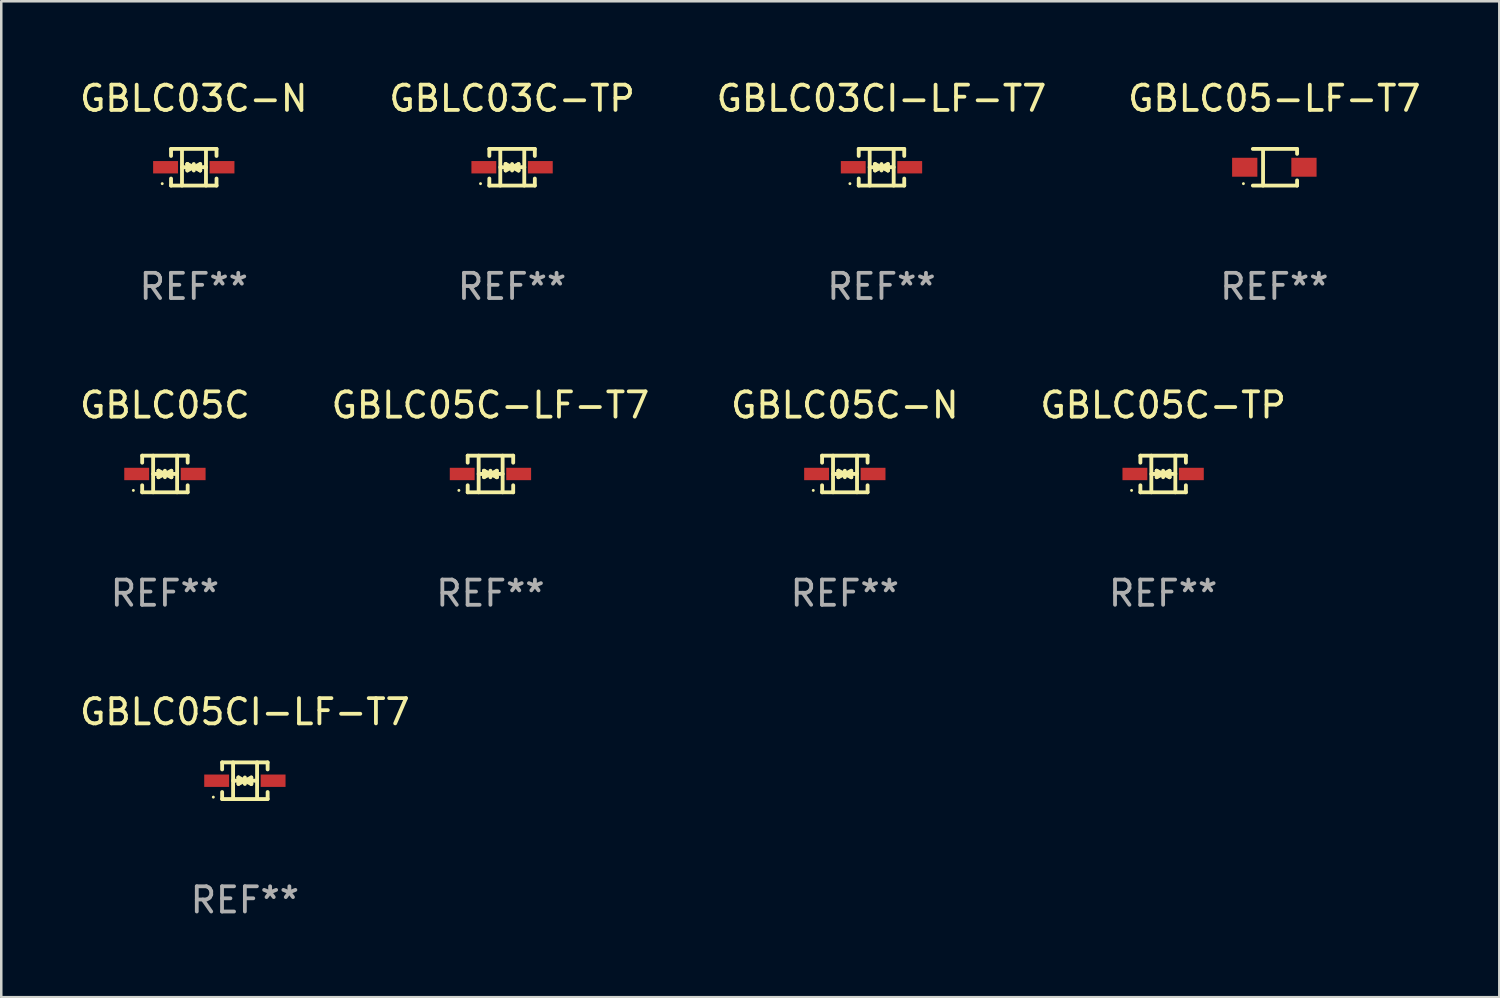
<source format=kicad_pcb>
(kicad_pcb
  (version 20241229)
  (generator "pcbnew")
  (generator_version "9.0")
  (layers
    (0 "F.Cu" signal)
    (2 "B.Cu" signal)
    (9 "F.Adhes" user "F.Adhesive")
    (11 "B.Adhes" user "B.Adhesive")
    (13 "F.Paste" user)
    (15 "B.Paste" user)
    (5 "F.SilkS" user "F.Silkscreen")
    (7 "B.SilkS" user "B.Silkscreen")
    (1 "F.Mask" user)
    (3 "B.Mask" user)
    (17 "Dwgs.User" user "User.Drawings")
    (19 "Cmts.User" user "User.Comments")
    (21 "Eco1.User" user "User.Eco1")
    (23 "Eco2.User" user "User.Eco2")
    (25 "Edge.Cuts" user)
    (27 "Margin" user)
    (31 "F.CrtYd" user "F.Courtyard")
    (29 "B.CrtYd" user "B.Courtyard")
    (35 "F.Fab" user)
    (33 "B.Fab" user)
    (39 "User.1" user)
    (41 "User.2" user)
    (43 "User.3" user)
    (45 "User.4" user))
  (footprint "GBLC05C"
    (layer "F.Cu")
    (at 3.482 15.723)
    (property "Reference" "GBLC05C" (at 0 -2.726 0) (layer "F.SilkS") (effects (font (size 1 1) (thickness 0.15))))
    (attr through_hole)
    (fp_line (start -0.901 -0.726) (end -0.901 -0.448) (stroke (width 0.152) (type solid)) (layer "F.SilkS"))
    (fp_line (start -0.901 0.726) (end -0.901 0.448) (stroke (width 0.152) (type solid)) (layer "F.SilkS"))
    (fp_line (start -0.467 0) (end 0.483 -0.003) (stroke (width 0.154) (type solid)) (layer "F.SilkS"))
    (fp_line (start -0.467 0.726) (end -0.467 -0.726) (stroke (width 0.152) (type solid)) (layer "F.SilkS"))
    (fp_line (start -0.254 -0.127) (end -0.254 -0.127) (stroke (width 0.154) (type solid)) (layer "F.SilkS"))
    (fp_line (start -0.254 -0.127) (end -0.002 -0.003) (stroke (width 0.154) (type solid)) (layer "F.SilkS"))
    (fp_line (start -0.254 0.127) (end -0.254 -0.127) (stroke (width 0.154) (type solid)) (layer "F.SilkS"))
    (fp_line (start -0.127 0) (end 0.003 0) (stroke (width 0.154) (type solid)) (layer "F.SilkS"))
    (fp_line (start -0.003 0) (end -0.254 0.127) (stroke (width 0.154) (type solid)) (layer "F.SilkS"))
    (fp_line (start 0 -0.127) (end 0 0.127) (stroke (width 0.154) (type solid)) (layer "F.SilkS"))
    (fp_line (start 0.003 0) (end 0.254 -0.127) (stroke (width 0.154) (type solid)) (layer "F.SilkS"))
    (fp_line (start 0.127 0) (end -0.003 0) (stroke (width 0.154) (type solid)) (layer "F.SilkS"))
    (fp_line (start 0.254 -0.127) (end 0.254 0.127) (stroke (width 0.154) (type solid)) (layer "F.SilkS"))
    (fp_line (start 0.254 0.127) (end 0.002 0.003) (stroke (width 0.154) (type solid)) (layer "F.SilkS"))
    (fp_line (start 0.254 0.127) (end 0.254 0.127) (stroke (width 0.154) (type solid)) (layer "F.SilkS"))
    (fp_line (start 0.483 0.726) (end 0.483 -0.726) (stroke (width 0.152) (type solid)) (layer "F.SilkS"))
    (fp_line (start 0.901 -0.726) (end -0.901 -0.726) (stroke (width 0.152) (type solid)) (layer "F.SilkS"))
    (fp_line (start 0.901 -0.726) (end 0.901 -0.448) (stroke (width 0.152) (type solid)) (layer "F.SilkS"))
    (fp_line (start 0.901 0.726) (end -0.901 0.726) (stroke (width 0.152) (type solid)) (layer "F.SilkS"))
    (fp_line (start 0.901 0.726) (end 0.901 0.448) (stroke (width 0.152) (type solid)) (layer "F.SilkS"))
    (fp_circle (center -1.25 0.65) (end -1.22 0.65) (stroke (width 0.06) (type solid)) (fill no) (layer "F.SilkS"))
    (fp_text user "REF**" (at 0 4.726 0) (layer "F.Fab") (effects (font (size 1 1) (thickness 0.15))))
    (pad "1" smd rect (at -1.118 0) (size 0.985 0.49) (layers "F.Cu" "F.Mask" "F.Paste"))
    (pad "2" smd rect (at 1.118 0) (size 0.985 0.49) (layers "F.Cu" "F.Mask" "F.Paste")))
  (footprint "GBLC05CI-LF-T7"
    (layer "F.Cu")
    (at 6.649 27.872)
    (property "Reference" "GBLC05CI-LF-T7" (at 0 -2.726 0) (layer "F.SilkS") (effects (font (size 1 1) (thickness 0.15))))
    (attr through_hole)
    (fp_line (start -0.901 -0.726) (end -0.901 -0.448) (stroke (width 0.152) (type solid)) (layer "F.SilkS"))
    (fp_line (start -0.901 0.726) (end -0.901 0.448) (stroke (width 0.152) (type solid)) (layer "F.SilkS"))
    (fp_line (start -0.467 0) (end 0.483 -0.003) (stroke (width 0.154) (type solid)) (layer "F.SilkS"))
    (fp_line (start -0.467 0.726) (end -0.467 -0.726) (stroke (width 0.152) (type solid)) (layer "F.SilkS"))
    (fp_line (start -0.254 -0.127) (end -0.254 -0.127) (stroke (width 0.154) (type solid)) (layer "F.SilkS"))
    (fp_line (start -0.254 -0.127) (end -0.002 -0.003) (stroke (width 0.154) (type solid)) (layer "F.SilkS"))
    (fp_line (start -0.254 0.127) (end -0.254 -0.127) (stroke (width 0.154) (type solid)) (layer "F.SilkS"))
    (fp_line (start -0.127 0) (end 0.003 0) (stroke (width 0.154) (type solid)) (layer "F.SilkS"))
    (fp_line (start -0.003 0) (end -0.254 0.127) (stroke (width 0.154) (type solid)) (layer "F.SilkS"))
    (fp_line (start 0 -0.127) (end 0 0.127) (stroke (width 0.154) (type solid)) (layer "F.SilkS"))
    (fp_line (start 0.003 0) (end 0.254 -0.127) (stroke (width 0.154) (type solid)) (layer "F.SilkS"))
    (fp_line (start 0.127 0) (end -0.003 0) (stroke (width 0.154) (type solid)) (layer "F.SilkS"))
    (fp_line (start 0.254 -0.127) (end 0.254 0.127) (stroke (width 0.154) (type solid)) (layer "F.SilkS"))
    (fp_line (start 0.254 0.127) (end 0.002 0.003) (stroke (width 0.154) (type solid)) (layer "F.SilkS"))
    (fp_line (start 0.254 0.127) (end 0.254 0.127) (stroke (width 0.154) (type solid)) (layer "F.SilkS"))
    (fp_line (start 0.483 0.726) (end 0.483 -0.726) (stroke (width 0.152) (type solid)) (layer "F.SilkS"))
    (fp_line (start 0.901 -0.726) (end -0.901 -0.726) (stroke (width 0.152) (type solid)) (layer "F.SilkS"))
    (fp_line (start 0.901 -0.726) (end 0.901 -0.448) (stroke (width 0.152) (type solid)) (layer "F.SilkS"))
    (fp_line (start 0.901 0.726) (end -0.901 0.726) (stroke (width 0.152) (type solid)) (layer "F.SilkS"))
    (fp_line (start 0.901 0.726) (end 0.901 0.448) (stroke (width 0.152) (type solid)) (layer "F.SilkS"))
    (fp_circle (center -1.25 0.65) (end -1.22 0.65) (stroke (width 0.06) (type solid)) (fill no) (layer "F.SilkS"))
    (fp_text user "REF**" (at 0 4.726 0) (layer "F.Fab") (effects (font (size 1 1) (thickness 0.15))))
    (pad "1" smd rect (at -1.118 0) (size 0.985 0.49) (layers "F.Cu" "F.Mask" "F.Paste"))
    (pad "2" smd rect (at 1.118 0) (size 0.985 0.49) (layers "F.Cu" "F.Mask" "F.Paste")))
  (footprint "GBLC03CI-LF-T7"
    (layer "F.Cu")
    (at 31.863 3.574)
    (property "Reference" "GBLC03CI-LF-T7" (at 0 -2.726 0) (layer "F.SilkS") (effects (font (size 1 1) (thickness 0.15))))
    (attr through_hole)
    (fp_line (start -0.901 -0.726) (end -0.901 -0.448) (stroke (width 0.152) (type solid)) (layer "F.SilkS"))
    (fp_line (start -0.901 0.726) (end -0.901 0.448) (stroke (width 0.152) (type solid)) (layer "F.SilkS"))
    (fp_line (start -0.467 0) (end 0.483 -0.003) (stroke (width 0.154) (type solid)) (layer "F.SilkS"))
    (fp_line (start -0.467 0.726) (end -0.467 -0.726) (stroke (width 0.152) (type solid)) (layer "F.SilkS"))
    (fp_line (start -0.254 -0.127) (end -0.254 -0.127) (stroke (width 0.154) (type solid)) (layer "F.SilkS"))
    (fp_line (start -0.254 -0.127) (end -0.002 -0.003) (stroke (width 0.154) (type solid)) (layer "F.SilkS"))
    (fp_line (start -0.254 0.127) (end -0.254 -0.127) (stroke (width 0.154) (type solid)) (layer "F.SilkS"))
    (fp_line (start -0.127 0) (end 0.003 0) (stroke (width 0.154) (type solid)) (layer "F.SilkS"))
    (fp_line (start -0.003 0) (end -0.254 0.127) (stroke (width 0.154) (type solid)) (layer "F.SilkS"))
    (fp_line (start 0 -0.127) (end 0 0.127) (stroke (width 0.154) (type solid)) (layer "F.SilkS"))
    (fp_line (start 0.003 0) (end 0.254 -0.127) (stroke (width 0.154) (type solid)) (layer "F.SilkS"))
    (fp_line (start 0.127 0) (end -0.003 0) (stroke (width 0.154) (type solid)) (layer "F.SilkS"))
    (fp_line (start 0.254 -0.127) (end 0.254 0.127) (stroke (width 0.154) (type solid)) (layer "F.SilkS"))
    (fp_line (start 0.254 0.127) (end 0.002 0.003) (stroke (width 0.154) (type solid)) (layer "F.SilkS"))
    (fp_line (start 0.254 0.127) (end 0.254 0.127) (stroke (width 0.154) (type solid)) (layer "F.SilkS"))
    (fp_line (start 0.483 0.726) (end 0.483 -0.726) (stroke (width 0.152) (type solid)) (layer "F.SilkS"))
    (fp_line (start 0.901 -0.726) (end -0.901 -0.726) (stroke (width 0.152) (type solid)) (layer "F.SilkS"))
    (fp_line (start 0.901 -0.726) (end 0.901 -0.448) (stroke (width 0.152) (type solid)) (layer "F.SilkS"))
    (fp_line (start 0.901 0.726) (end -0.901 0.726) (stroke (width 0.152) (type solid)) (layer "F.SilkS"))
    (fp_line (start 0.901 0.726) (end 0.901 0.448) (stroke (width 0.152) (type solid)) (layer "F.SilkS"))
    (fp_circle (center -1.25 0.65) (end -1.22 0.65) (stroke (width 0.06) (type solid)) (fill no) (layer "F.SilkS"))
    (fp_text user "REF**" (at 0 4.726 0) (layer "F.Fab") (effects (font (size 1 1) (thickness 0.15))))
    (pad "1" smd rect (at -1.118 0) (size 0.985 0.49) (layers "F.Cu" "F.Mask" "F.Paste"))
    (pad "2" smd rect (at 1.118 0) (size 0.985 0.49) (layers "F.Cu" "F.Mask" "F.Paste")))
  (footprint "GBLC05C-TP"
    (layer "F.Cu")
    (at 43.018 15.723)
    (property "Reference" "GBLC05C-TP" (at 0 -2.726 0) (layer "F.SilkS") (effects (font (size 1 1) (thickness 0.15))))
    (attr through_hole)
    (fp_line (start -0.901 -0.726) (end -0.901 -0.448) (stroke (width 0.152) (type solid)) (layer "F.SilkS"))
    (fp_line (start -0.901 0.726) (end -0.901 0.448) (stroke (width 0.152) (type solid)) (layer "F.SilkS"))
    (fp_line (start -0.467 0) (end 0.483 -0.003) (stroke (width 0.154) (type solid)) (layer "F.SilkS"))
    (fp_line (start -0.467 0.726) (end -0.467 -0.726) (stroke (width 0.152) (type solid)) (layer "F.SilkS"))
    (fp_line (start -0.254 -0.127) (end -0.254 -0.127) (stroke (width 0.154) (type solid)) (layer "F.SilkS"))
    (fp_line (start -0.254 -0.127) (end -0.002 -0.003) (stroke (width 0.154) (type solid)) (layer "F.SilkS"))
    (fp_line (start -0.254 0.127) (end -0.254 -0.127) (stroke (width 0.154) (type solid)) (layer "F.SilkS"))
    (fp_line (start -0.127 0) (end 0.003 0) (stroke (width 0.154) (type solid)) (layer "F.SilkS"))
    (fp_line (start -0.003 0) (end -0.254 0.127) (stroke (width 0.154) (type solid)) (layer "F.SilkS"))
    (fp_line (start 0 -0.127) (end 0 0.127) (stroke (width 0.154) (type solid)) (layer "F.SilkS"))
    (fp_line (start 0.003 0) (end 0.254 -0.127) (stroke (width 0.154) (type solid)) (layer "F.SilkS"))
    (fp_line (start 0.127 0) (end -0.003 0) (stroke (width 0.154) (type solid)) (layer "F.SilkS"))
    (fp_line (start 0.254 -0.127) (end 0.254 0.127) (stroke (width 0.154) (type solid)) (layer "F.SilkS"))
    (fp_line (start 0.254 0.127) (end 0.002 0.003) (stroke (width 0.154) (type solid)) (layer "F.SilkS"))
    (fp_line (start 0.254 0.127) (end 0.254 0.127) (stroke (width 0.154) (type solid)) (layer "F.SilkS"))
    (fp_line (start 0.483 0.726) (end 0.483 -0.726) (stroke (width 0.152) (type solid)) (layer "F.SilkS"))
    (fp_line (start 0.901 -0.726) (end -0.901 -0.726) (stroke (width 0.152) (type solid)) (layer "F.SilkS"))
    (fp_line (start 0.901 -0.726) (end 0.901 -0.448) (stroke (width 0.152) (type solid)) (layer "F.SilkS"))
    (fp_line (start 0.901 0.726) (end -0.901 0.726) (stroke (width 0.152) (type solid)) (layer "F.SilkS"))
    (fp_line (start 0.901 0.726) (end 0.901 0.448) (stroke (width 0.152) (type solid)) (layer "F.SilkS"))
    (fp_circle (center -1.25 0.65) (end -1.22 0.65) (stroke (width 0.06) (type solid)) (fill no) (layer "F.SilkS"))
    (fp_text user "REF**" (at 0 4.726 0) (layer "F.Fab") (effects (font (size 1 1) (thickness 0.15))))
    (pad "1" smd rect (at -1.118 0) (size 0.985 0.49) (layers "F.Cu" "F.Mask" "F.Paste"))
    (pad "2" smd rect (at 1.118 0) (size 0.985 0.49) (layers "F.Cu" "F.Mask" "F.Paste")))
  (footprint "GBLC03C-TP"
    (layer "F.Cu")
    (at 17.232 3.574)
    (property "Reference" "GBLC03C-TP" (at 0 -2.726 0) (layer "F.SilkS") (effects (font (size 1 1) (thickness 0.15))))
    (attr through_hole)
    (fp_line (start -0.901 -0.726) (end -0.901 -0.448) (stroke (width 0.152) (type solid)) (layer "F.SilkS"))
    (fp_line (start -0.901 0.726) (end -0.901 0.448) (stroke (width 0.152) (type solid)) (layer "F.SilkS"))
    (fp_line (start -0.467 0) (end 0.483 -0.003) (stroke (width 0.154) (type solid)) (layer "F.SilkS"))
    (fp_line (start -0.467 0.726) (end -0.467 -0.726) (stroke (width 0.152) (type solid)) (layer "F.SilkS"))
    (fp_line (start -0.254 -0.127) (end -0.254 -0.127) (stroke (width 0.154) (type solid)) (layer "F.SilkS"))
    (fp_line (start -0.254 -0.127) (end -0.002 -0.003) (stroke (width 0.154) (type solid)) (layer "F.SilkS"))
    (fp_line (start -0.254 0.127) (end -0.254 -0.127) (stroke (width 0.154) (type solid)) (layer "F.SilkS"))
    (fp_line (start -0.127 0) (end 0.003 0) (stroke (width 0.154) (type solid)) (layer "F.SilkS"))
    (fp_line (start -0.003 0) (end -0.254 0.127) (stroke (width 0.154) (type solid)) (layer "F.SilkS"))
    (fp_line (start 0 -0.127) (end 0 0.127) (stroke (width 0.154) (type solid)) (layer "F.SilkS"))
    (fp_line (start 0.003 0) (end 0.254 -0.127) (stroke (width 0.154) (type solid)) (layer "F.SilkS"))
    (fp_line (start 0.127 0) (end -0.003 0) (stroke (width 0.154) (type solid)) (layer "F.SilkS"))
    (fp_line (start 0.254 -0.127) (end 0.254 0.127) (stroke (width 0.154) (type solid)) (layer "F.SilkS"))
    (fp_line (start 0.254 0.127) (end 0.002 0.003) (stroke (width 0.154) (type solid)) (layer "F.SilkS"))
    (fp_line (start 0.254 0.127) (end 0.254 0.127) (stroke (width 0.154) (type solid)) (layer "F.SilkS"))
    (fp_line (start 0.483 0.726) (end 0.483 -0.726) (stroke (width 0.152) (type solid)) (layer "F.SilkS"))
    (fp_line (start 0.901 -0.726) (end -0.901 -0.726) (stroke (width 0.152) (type solid)) (layer "F.SilkS"))
    (fp_line (start 0.901 -0.726) (end 0.901 -0.448) (stroke (width 0.152) (type solid)) (layer "F.SilkS"))
    (fp_line (start 0.901 0.726) (end -0.901 0.726) (stroke (width 0.152) (type solid)) (layer "F.SilkS"))
    (fp_line (start 0.901 0.726) (end 0.901 0.448) (stroke (width 0.152) (type solid)) (layer "F.SilkS"))
    (fp_circle (center -1.25 0.65) (end -1.22 0.65) (stroke (width 0.06) (type solid)) (fill no) (layer "F.SilkS"))
    (fp_text user "REF**" (at 0 4.726 0) (layer "F.Fab") (effects (font (size 1 1) (thickness 0.15))))
    (pad "1" smd rect (at -1.118 0) (size 0.985 0.49) (layers "F.Cu" "F.Mask" "F.Paste"))
    (pad "2" smd rect (at 1.118 0) (size 0.985 0.49) (layers "F.Cu" "F.Mask" "F.Paste")))
  (footprint "GBLC03C-N"
    (layer "F.Cu")
    (at 4.625 3.574)
    (property "Reference" "GBLC03C-N" (at 0 -2.726 0) (layer "F.SilkS") (effects (font (size 1 1) (thickness 0.15))))
    (attr through_hole)
    (fp_line (start -0.901 -0.726) (end -0.901 -0.448) (stroke (width 0.152) (type solid)) (layer "F.SilkS"))
    (fp_line (start -0.901 0.726) (end -0.901 0.448) (stroke (width 0.152) (type solid)) (layer "F.SilkS"))
    (fp_line (start -0.467 0) (end 0.483 -0.003) (stroke (width 0.154) (type solid)) (layer "F.SilkS"))
    (fp_line (start -0.467 0.726) (end -0.467 -0.726) (stroke (width 0.152) (type solid)) (layer "F.SilkS"))
    (fp_line (start -0.254 -0.127) (end -0.254 -0.127) (stroke (width 0.154) (type solid)) (layer "F.SilkS"))
    (fp_line (start -0.254 -0.127) (end -0.002 -0.003) (stroke (width 0.154) (type solid)) (layer "F.SilkS"))
    (fp_line (start -0.254 0.127) (end -0.254 -0.127) (stroke (width 0.154) (type solid)) (layer "F.SilkS"))
    (fp_line (start -0.127 0) (end 0.003 0) (stroke (width 0.154) (type solid)) (layer "F.SilkS"))
    (fp_line (start -0.003 0) (end -0.254 0.127) (stroke (width 0.154) (type solid)) (layer "F.SilkS"))
    (fp_line (start 0 -0.127) (end 0 0.127) (stroke (width 0.154) (type solid)) (layer "F.SilkS"))
    (fp_line (start 0.003 0) (end 0.254 -0.127) (stroke (width 0.154) (type solid)) (layer "F.SilkS"))
    (fp_line (start 0.127 0) (end -0.003 0) (stroke (width 0.154) (type solid)) (layer "F.SilkS"))
    (fp_line (start 0.254 -0.127) (end 0.254 0.127) (stroke (width 0.154) (type solid)) (layer "F.SilkS"))
    (fp_line (start 0.254 0.127) (end 0.002 0.003) (stroke (width 0.154) (type solid)) (layer "F.SilkS"))
    (fp_line (start 0.254 0.127) (end 0.254 0.127) (stroke (width 0.154) (type solid)) (layer "F.SilkS"))
    (fp_line (start 0.483 0.726) (end 0.483 -0.726) (stroke (width 0.152) (type solid)) (layer "F.SilkS"))
    (fp_line (start 0.901 -0.726) (end -0.901 -0.726) (stroke (width 0.152) (type solid)) (layer "F.SilkS"))
    (fp_line (start 0.901 -0.726) (end 0.901 -0.448) (stroke (width 0.152) (type solid)) (layer "F.SilkS"))
    (fp_line (start 0.901 0.726) (end -0.901 0.726) (stroke (width 0.152) (type solid)) (layer "F.SilkS"))
    (fp_line (start 0.901 0.726) (end 0.901 0.448) (stroke (width 0.152) (type solid)) (layer "F.SilkS"))
    (fp_circle (center -1.25 0.65) (end -1.22 0.65) (stroke (width 0.06) (type solid)) (fill no) (layer "F.SilkS"))
    (fp_text user "REF**" (at 0 4.726 0) (layer "F.Fab") (effects (font (size 1 1) (thickness 0.15))))
    (pad "1" smd rect (at -1.118 0) (size 0.985 0.49) (layers "F.Cu" "F.Mask" "F.Paste"))
    (pad "2" smd rect (at 1.118 0) (size 0.985 0.49) (layers "F.Cu" "F.Mask" "F.Paste")))
  (footprint "GBLC05C-LF-T7"
    (layer "F.Cu")
    (at 16.375 15.723)
    (property "Reference" "GBLC05C-LF-T7" (at 0 -2.726 0) (layer "F.SilkS") (effects (font (size 1 1) (thickness 0.15))))
    (attr through_hole)
    (fp_line (start -0.901 -0.726) (end -0.901 -0.448) (stroke (width 0.152) (type solid)) (layer "F.SilkS"))
    (fp_line (start -0.901 0.726) (end -0.901 0.448) (stroke (width 0.152) (type solid)) (layer "F.SilkS"))
    (fp_line (start -0.467 0) (end 0.483 -0.003) (stroke (width 0.154) (type solid)) (layer "F.SilkS"))
    (fp_line (start -0.467 0.726) (end -0.467 -0.726) (stroke (width 0.152) (type solid)) (layer "F.SilkS"))
    (fp_line (start -0.254 -0.127) (end -0.254 -0.127) (stroke (width 0.154) (type solid)) (layer "F.SilkS"))
    (fp_line (start -0.254 -0.127) (end -0.002 -0.003) (stroke (width 0.154) (type solid)) (layer "F.SilkS"))
    (fp_line (start -0.254 0.127) (end -0.254 -0.127) (stroke (width 0.154) (type solid)) (layer "F.SilkS"))
    (fp_line (start -0.127 0) (end 0.003 0) (stroke (width 0.154) (type solid)) (layer "F.SilkS"))
    (fp_line (start -0.003 0) (end -0.254 0.127) (stroke (width 0.154) (type solid)) (layer "F.SilkS"))
    (fp_line (start 0 -0.127) (end 0 0.127) (stroke (width 0.154) (type solid)) (layer "F.SilkS"))
    (fp_line (start 0.003 0) (end 0.254 -0.127) (stroke (width 0.154) (type solid)) (layer "F.SilkS"))
    (fp_line (start 0.127 0) (end -0.003 0) (stroke (width 0.154) (type solid)) (layer "F.SilkS"))
    (fp_line (start 0.254 -0.127) (end 0.254 0.127) (stroke (width 0.154) (type solid)) (layer "F.SilkS"))
    (fp_line (start 0.254 0.127) (end 0.002 0.003) (stroke (width 0.154) (type solid)) (layer "F.SilkS"))
    (fp_line (start 0.254 0.127) (end 0.254 0.127) (stroke (width 0.154) (type solid)) (layer "F.SilkS"))
    (fp_line (start 0.483 0.726) (end 0.483 -0.726) (stroke (width 0.152) (type solid)) (layer "F.SilkS"))
    (fp_line (start 0.901 -0.726) (end -0.901 -0.726) (stroke (width 0.152) (type solid)) (layer "F.SilkS"))
    (fp_line (start 0.901 -0.726) (end 0.901 -0.448) (stroke (width 0.152) (type solid)) (layer "F.SilkS"))
    (fp_line (start 0.901 0.726) (end -0.901 0.726) (stroke (width 0.152) (type solid)) (layer "F.SilkS"))
    (fp_line (start 0.901 0.726) (end 0.901 0.448) (stroke (width 0.152) (type solid)) (layer "F.SilkS"))
    (fp_circle (center -1.25 0.65) (end -1.22 0.65) (stroke (width 0.06) (type solid)) (fill no) (layer "F.SilkS"))
    (fp_text user "REF**" (at 0 4.726 0) (layer "F.Fab") (effects (font (size 1 1) (thickness 0.15))))
    (pad "1" smd rect (at -1.118 0) (size 0.985 0.49) (layers "F.Cu" "F.Mask" "F.Paste"))
    (pad "2" smd rect (at 1.118 0) (size 0.985 0.49) (layers "F.Cu" "F.Mask" "F.Paste")))
  (footprint "GBLC05-LF-T7"
    (layer "F.Cu")
    (at 47.423 3.574)
    (property "Reference" "GBLC05-LF-T7" (at 0 -2.726 0) (layer "F.SilkS") (effects (font (size 1 1) (thickness 0.15))))
    (attr through_hole)
    (fp_line (start -0.851 -0.726) (end 0.901 -0.726) (stroke (width 0.152) (type solid)) (layer "F.SilkS"))
    (fp_line (start -0.851 0.726) (end 0.901 0.726) (stroke (width 0.152) (type solid)) (layer "F.SilkS"))
    (fp_line (start -0.447 -0.726) (end -0.447 0.726) (stroke (width 0.152) (type solid)) (layer "F.SilkS"))
    (fp_line (start 0.901 -0.726) (end 0.901 -0.53) (stroke (width 0.152) (type solid)) (layer "F.SilkS"))
    (fp_line (start 0.901 0.726) (end 0.901 0.52) (stroke (width 0.152) (type solid)) (layer "F.SilkS"))
    (fp_circle (center -1.225 0.65) (end -1.195 0.65) (stroke (width 0.06) (type solid)) (fill no) (layer "F.SilkS"))
    (fp_text user "REF**" (at 0 4.726 0) (layer "F.Fab") (effects (font (size 1 1) (thickness 0.15))))
    (pad "1" smd rect (at -1.173 0) (size 1 0.75) (layers "F.Cu" "F.Mask" "F.Paste"))
    (pad "2" smd rect (at 1.173 0) (size 1 0.75) (layers "F.Cu" "F.Mask" "F.Paste")))
  (footprint "GBLC05C-N"
    (layer "F.Cu")
    (at 30.411 15.723)
    (property "Reference" "GBLC05C-N" (at 0 -2.726 0) (layer "F.SilkS") (effects (font (size 1 1) (thickness 0.15))))
    (attr through_hole)
    (fp_line (start -0.901 -0.726) (end -0.901 -0.448) (stroke (width 0.152) (type solid)) (layer "F.SilkS"))
    (fp_line (start -0.901 0.726) (end -0.901 0.448) (stroke (width 0.152) (type solid)) (layer "F.SilkS"))
    (fp_line (start -0.467 0) (end 0.483 -0.003) (stroke (width 0.154) (type solid)) (layer "F.SilkS"))
    (fp_line (start -0.467 0.726) (end -0.467 -0.726) (stroke (width 0.152) (type solid)) (layer "F.SilkS"))
    (fp_line (start -0.254 -0.127) (end -0.254 -0.127) (stroke (width 0.154) (type solid)) (layer "F.SilkS"))
    (fp_line (start -0.254 -0.127) (end -0.002 -0.003) (stroke (width 0.154) (type solid)) (layer "F.SilkS"))
    (fp_line (start -0.254 0.127) (end -0.254 -0.127) (stroke (width 0.154) (type solid)) (layer "F.SilkS"))
    (fp_line (start -0.127 0) (end 0.003 0) (stroke (width 0.154) (type solid)) (layer "F.SilkS"))
    (fp_line (start -0.003 0) (end -0.254 0.127) (stroke (width 0.154) (type solid)) (layer "F.SilkS"))
    (fp_line (start 0 -0.127) (end 0 0.127) (stroke (width 0.154) (type solid)) (layer "F.SilkS"))
    (fp_line (start 0.003 0) (end 0.254 -0.127) (stroke (width 0.154) (type solid)) (layer "F.SilkS"))
    (fp_line (start 0.127 0) (end -0.003 0) (stroke (width 0.154) (type solid)) (layer "F.SilkS"))
    (fp_line (start 0.254 -0.127) (end 0.254 0.127) (stroke (width 0.154) (type solid)) (layer "F.SilkS"))
    (fp_line (start 0.254 0.127) (end 0.002 0.003) (stroke (width 0.154) (type solid)) (layer "F.SilkS"))
    (fp_line (start 0.254 0.127) (end 0.254 0.127) (stroke (width 0.154) (type solid)) (layer "F.SilkS"))
    (fp_line (start 0.483 0.726) (end 0.483 -0.726) (stroke (width 0.152) (type solid)) (layer "F.SilkS"))
    (fp_line (start 0.901 -0.726) (end -0.901 -0.726) (stroke (width 0.152) (type solid)) (layer "F.SilkS"))
    (fp_line (start 0.901 -0.726) (end 0.901 -0.448) (stroke (width 0.152) (type solid)) (layer "F.SilkS"))
    (fp_line (start 0.901 0.726) (end -0.901 0.726) (stroke (width 0.152) (type solid)) (layer "F.SilkS"))
    (fp_line (start 0.901 0.726) (end 0.901 0.448) (stroke (width 0.152) (type solid)) (layer "F.SilkS"))
    (fp_circle (center -1.25 0.65) (end -1.22 0.65) (stroke (width 0.06) (type solid)) (fill no) (layer "F.SilkS"))
    (fp_text user "REF**" (at 0 4.726 0) (layer "F.Fab") (effects (font (size 1 1) (thickness 0.15))))
    (pad "1" smd rect (at -1.118 0) (size 0.985 0.49) (layers "F.Cu" "F.Mask" "F.Paste"))
    (pad "2" smd rect (at 1.118 0) (size 0.985 0.49) (layers "F.Cu" "F.Mask" "F.Paste")))
  (gr_rect
    (start -3 -3)
    (end 56.333 36.447)
    (stroke (width 0.1) (type default))
    (fill no)
    (layer "Edge.Cuts")))
</source>
